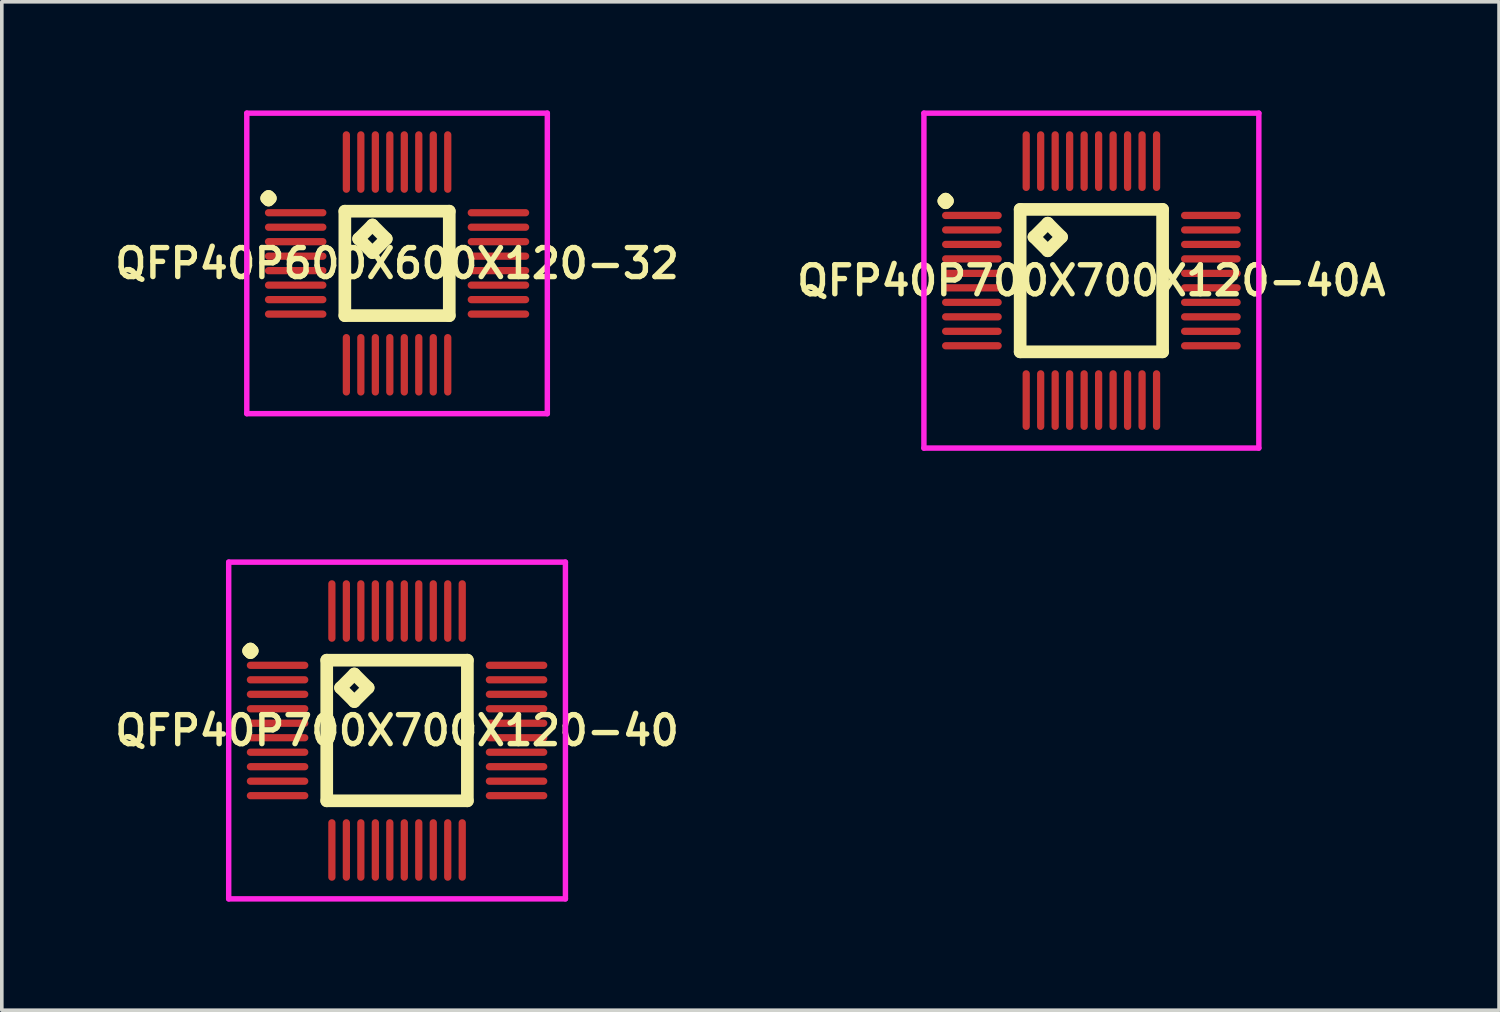
<source format=kicad_pcb>
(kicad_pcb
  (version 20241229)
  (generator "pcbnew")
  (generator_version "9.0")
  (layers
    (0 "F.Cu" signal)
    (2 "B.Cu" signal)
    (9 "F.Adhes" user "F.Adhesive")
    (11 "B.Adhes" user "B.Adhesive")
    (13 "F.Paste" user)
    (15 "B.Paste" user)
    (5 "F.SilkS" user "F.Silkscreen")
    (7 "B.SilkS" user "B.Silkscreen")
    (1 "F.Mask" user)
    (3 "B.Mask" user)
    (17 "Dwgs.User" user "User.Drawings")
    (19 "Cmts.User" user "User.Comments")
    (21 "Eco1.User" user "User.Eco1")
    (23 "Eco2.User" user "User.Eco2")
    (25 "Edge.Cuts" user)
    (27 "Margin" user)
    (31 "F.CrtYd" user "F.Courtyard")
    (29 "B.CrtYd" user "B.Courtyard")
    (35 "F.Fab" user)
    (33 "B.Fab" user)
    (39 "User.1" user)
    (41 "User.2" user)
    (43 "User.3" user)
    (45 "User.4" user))
  (footprint "QFP40P700X700X120-40"
    (layer "F.Cu")
    (at 7.916 17.125)
    (property "Reference" "QFP40P700X700X120-40" (at 0 0 0) (layer "F.SilkS") (effects (font (size 0.8 0.8) (thickness 0.15))))
    (attr smd)
    (fp_line (start -4.1 -2.2) (end -4.05 -2.25) (stroke (width 0.35) (type solid)) (layer "F.SilkS"))
    (fp_line (start -4.05 -2.25) (end -4 -2.2) (stroke (width 0.35) (type solid)) (layer "F.SilkS"))
    (fp_line (start -4.05 -2.15) (end -4.1 -2.2) (stroke (width 0.35) (type solid)) (layer "F.SilkS"))
    (fp_line (start -4 -2.2) (end -4.05 -2.15) (stroke (width 0.35) (type solid)) (layer "F.SilkS"))
    (fp_line (start -1.942 -1.942) (end -1.942 1.942) (stroke (width 0.35) (type solid)) (layer "F.SilkS"))
    (fp_line (start -1.942 1.942) (end 1.942 1.942) (stroke (width 0.35) (type solid)) (layer "F.SilkS"))
    (fp_line (start -1.561 -1.18) (end -1.18 -1.561) (stroke (width 0.35) (type solid)) (layer "F.SilkS"))
    (fp_line (start -1.18 -1.561) (end -0.799 -1.18) (stroke (width 0.35) (type solid)) (layer "F.SilkS"))
    (fp_line (start -1.18 -0.799) (end -1.561 -1.18) (stroke (width 0.35) (type solid)) (layer "F.SilkS"))
    (fp_line (start -0.799 -1.18) (end -1.18 -0.799) (stroke (width 0.35) (type solid)) (layer "F.SilkS"))
    (fp_line (start 1.942 -1.942) (end -1.942 -1.942) (stroke (width 0.35) (type solid)) (layer "F.SilkS"))
    (fp_line (start 1.942 1.942) (end 1.942 -1.942) (stroke (width 0.35) (type solid)) (layer "F.SilkS"))
    (fp_line (start -4.65 -4.65) (end 4.65 -4.65) (stroke (width 0.15) (type solid)) (layer "F.CrtYd"))
    (fp_line (start -4.65 4.65) (end -4.65 -4.65) (stroke (width 0.15) (type solid)) (layer "F.CrtYd"))
    (fp_line (start 4.65 -4.65) (end 4.65 4.65) (stroke (width 0.15) (type solid)) (layer "F.CrtYd"))
    (fp_line (start 4.65 4.65) (end -4.65 4.65) (stroke (width 0.15) (type solid)) (layer "F.CrtYd"))
    (pad "1" smd oval (at -3.3 -1.8) (size 1.7 0.2) (layers "F.Cu" "F.Mask" "F.Paste"))
    (pad "2" smd oval (at -3.3 -1.4) (size 1.7 0.2) (layers "F.Cu" "F.Mask" "F.Paste"))
    (pad "3" smd oval (at -3.3 -1) (size 1.7 0.2) (layers "F.Cu" "F.Mask" "F.Paste"))
    (pad "4" smd oval (at -3.3 -0.6) (size 1.7 0.2) (layers "F.Cu" "F.Mask" "F.Paste"))
    (pad "5" smd oval (at -3.3 -0.2) (size 1.7 0.2) (layers "F.Cu" "F.Mask" "F.Paste"))
    (pad "6" smd oval (at -3.3 0.2) (size 1.7 0.2) (layers "F.Cu" "F.Mask" "F.Paste"))
    (pad "7" smd oval (at -3.3 0.6) (size 1.7 0.2) (layers "F.Cu" "F.Mask" "F.Paste"))
    (pad "8" smd oval (at -3.3 1) (size 1.7 0.2) (layers "F.Cu" "F.Mask" "F.Paste"))
    (pad "9" smd oval (at -3.3 1.4) (size 1.7 0.2) (layers "F.Cu" "F.Mask" "F.Paste"))
    (pad "10" smd oval (at -3.3 1.8) (size 1.7 0.2) (layers "F.Cu" "F.Mask" "F.Paste"))
    (pad "11" smd oval (at -1.8 3.3) (size 0.2 1.7) (layers "F.Cu" "F.Mask" "F.Paste"))
    (pad "12" smd oval (at -1.4 3.3) (size 0.2 1.7) (layers "F.Cu" "F.Mask" "F.Paste"))
    (pad "13" smd oval (at -1 3.3) (size 0.2 1.7) (layers "F.Cu" "F.Mask" "F.Paste"))
    (pad "14" smd oval (at -0.6 3.3) (size 0.2 1.7) (layers "F.Cu" "F.Mask" "F.Paste"))
    (pad "15" smd oval (at -0.2 3.3) (size 0.2 1.7) (layers "F.Cu" "F.Mask" "F.Paste"))
    (pad "16" smd oval (at 0.2 3.3) (size 0.2 1.7) (layers "F.Cu" "F.Mask" "F.Paste"))
    (pad "17" smd oval (at 0.6 3.3) (size 0.2 1.7) (layers "F.Cu" "F.Mask" "F.Paste"))
    (pad "18" smd oval (at 1 3.3) (size 0.2 1.7) (layers "F.Cu" "F.Mask" "F.Paste"))
    (pad "19" smd oval (at 1.4 3.3) (size 0.2 1.7) (layers "F.Cu" "F.Mask" "F.Paste"))
    (pad "20" smd oval (at 1.8 3.3) (size 0.2 1.7) (layers "F.Cu" "F.Mask" "F.Paste"))
    (pad "21" smd oval (at 3.3 1.8) (size 1.7 0.2) (layers "F.Cu" "F.Mask" "F.Paste"))
    (pad "22" smd oval (at 3.3 1.4) (size 1.7 0.2) (layers "F.Cu" "F.Mask" "F.Paste"))
    (pad "23" smd oval (at 3.3 1) (size 1.7 0.2) (layers "F.Cu" "F.Mask" "F.Paste"))
    (pad "24" smd oval (at 3.3 0.6) (size 1.7 0.2) (layers "F.Cu" "F.Mask" "F.Paste"))
    (pad "25" smd oval (at 3.3 0.2) (size 1.7 0.2) (layers "F.Cu" "F.Mask" "F.Paste"))
    (pad "26" smd oval (at 3.3 -0.2) (size 1.7 0.2) (layers "F.Cu" "F.Mask" "F.Paste"))
    (pad "27" smd oval (at 3.3 -0.6) (size 1.7 0.2) (layers "F.Cu" "F.Mask" "F.Paste"))
    (pad "28" smd oval (at 3.3 -1) (size 1.7 0.2) (layers "F.Cu" "F.Mask" "F.Paste"))
    (pad "29" smd oval (at 3.3 -1.4) (size 1.7 0.2) (layers "F.Cu" "F.Mask" "F.Paste"))
    (pad "30" smd oval (at 3.3 -1.8) (size 1.7 0.2) (layers "F.Cu" "F.Mask" "F.Paste"))
    (pad "31" smd oval (at 1.8 -3.3) (size 0.2 1.7) (layers "F.Cu" "F.Mask" "F.Paste"))
    (pad "32" smd oval (at 1.4 -3.3) (size 0.2 1.7) (layers "F.Cu" "F.Mask" "F.Paste"))
    (pad "33" smd oval (at 1 -3.3) (size 0.2 1.7) (layers "F.Cu" "F.Mask" "F.Paste"))
    (pad "34" smd oval (at 0.6 -3.3) (size 0.2 1.7) (layers "F.Cu" "F.Mask" "F.Paste"))
    (pad "35" smd oval (at 0.2 -3.3) (size 0.2 1.7) (layers "F.Cu" "F.Mask" "F.Paste"))
    (pad "36" smd oval (at -0.2 -3.3) (size 0.2 1.7) (layers "F.Cu" "F.Mask" "F.Paste"))
    (pad "37" smd oval (at -0.6 -3.3) (size 0.2 1.7) (layers "F.Cu" "F.Mask" "F.Paste"))
    (pad "38" smd oval (at -1 -3.3) (size 0.2 1.7) (layers "F.Cu" "F.Mask" "F.Paste"))
    (pad "39" smd oval (at -1.4 -3.3) (size 0.2 1.7) (layers "F.Cu" "F.Mask" "F.Paste"))
    (pad "40" smd oval (at -1.8 -3.3) (size 0.2 1.7) (layers "F.Cu" "F.Mask" "F.Paste")))
  (footprint "QFP40P600X600X120-32"
    (layer "F.Cu")
    (at 7.916 4.225)
    (property "Reference" "QFP40P600X600X120-32" (at 0 0 0) (layer "F.SilkS") (effects (font (size 0.8 0.8) (thickness 0.15))))
    (attr smd)
    (fp_line (start -3.6 -1.8) (end -3.55 -1.85) (stroke (width 0.35) (type solid)) (layer "F.SilkS"))
    (fp_line (start -3.55 -1.85) (end -3.5 -1.8) (stroke (width 0.35) (type solid)) (layer "F.SilkS"))
    (fp_line (start -3.55 -1.75) (end -3.6 -1.8) (stroke (width 0.35) (type solid)) (layer "F.SilkS"))
    (fp_line (start -3.5 -1.8) (end -3.55 -1.75) (stroke (width 0.35) (type solid)) (layer "F.SilkS"))
    (fp_line (start -1.442 -1.442) (end -1.442 1.442) (stroke (width 0.35) (type solid)) (layer "F.SilkS"))
    (fp_line (start -1.442 1.442) (end 1.442 1.442) (stroke (width 0.35) (type solid)) (layer "F.SilkS"))
    (fp_line (start -1.061 -0.68) (end -0.68 -1.061) (stroke (width 0.35) (type solid)) (layer "F.SilkS"))
    (fp_line (start -0.68 -1.061) (end -0.299 -0.68) (stroke (width 0.35) (type solid)) (layer "F.SilkS"))
    (fp_line (start -0.68 -0.299) (end -1.061 -0.68) (stroke (width 0.35) (type solid)) (layer "F.SilkS"))
    (fp_line (start -0.299 -0.68) (end -0.68 -0.299) (stroke (width 0.35) (type solid)) (layer "F.SilkS"))
    (fp_line (start 1.442 -1.442) (end -1.442 -1.442) (stroke (width 0.35) (type solid)) (layer "F.SilkS"))
    (fp_line (start 1.442 1.442) (end 1.442 -1.442) (stroke (width 0.35) (type solid)) (layer "F.SilkS"))
    (fp_line (start -4.15 -4.15) (end 4.15 -4.15) (stroke (width 0.15) (type solid)) (layer "F.CrtYd"))
    (fp_line (start -4.15 4.15) (end -4.15 -4.15) (stroke (width 0.15) (type solid)) (layer "F.CrtYd"))
    (fp_line (start 4.15 -4.15) (end 4.15 4.15) (stroke (width 0.15) (type solid)) (layer "F.CrtYd"))
    (fp_line (start 4.15 4.15) (end -4.15 4.15) (stroke (width 0.15) (type solid)) (layer "F.CrtYd"))
    (pad "1" smd oval (at -2.8 -1.4) (size 1.7 0.2) (layers "F.Cu" "F.Mask" "F.Paste"))
    (pad "2" smd oval (at -2.8 -1) (size 1.7 0.2) (layers "F.Cu" "F.Mask" "F.Paste"))
    (pad "3" smd oval (at -2.8 -0.6) (size 1.7 0.2) (layers "F.Cu" "F.Mask" "F.Paste"))
    (pad "4" smd oval (at -2.8 -0.2) (size 1.7 0.2) (layers "F.Cu" "F.Mask" "F.Paste"))
    (pad "5" smd oval (at -2.8 0.2) (size 1.7 0.2) (layers "F.Cu" "F.Mask" "F.Paste"))
    (pad "6" smd oval (at -2.8 0.6) (size 1.7 0.2) (layers "F.Cu" "F.Mask" "F.Paste"))
    (pad "7" smd oval (at -2.8 1) (size 1.7 0.2) (layers "F.Cu" "F.Mask" "F.Paste"))
    (pad "8" smd oval (at -2.8 1.4) (size 1.7 0.2) (layers "F.Cu" "F.Mask" "F.Paste"))
    (pad "9" smd oval (at -1.4 2.8) (size 0.2 1.7) (layers "F.Cu" "F.Mask" "F.Paste"))
    (pad "10" smd oval (at -1 2.8) (size 0.2 1.7) (layers "F.Cu" "F.Mask" "F.Paste"))
    (pad "11" smd oval (at -0.6 2.8) (size 0.2 1.7) (layers "F.Cu" "F.Mask" "F.Paste"))
    (pad "12" smd oval (at -0.2 2.8) (size 0.2 1.7) (layers "F.Cu" "F.Mask" "F.Paste"))
    (pad "13" smd oval (at 0.2 2.8) (size 0.2 1.7) (layers "F.Cu" "F.Mask" "F.Paste"))
    (pad "14" smd oval (at 0.6 2.8) (size 0.2 1.7) (layers "F.Cu" "F.Mask" "F.Paste"))
    (pad "15" smd oval (at 1 2.8) (size 0.2 1.7) (layers "F.Cu" "F.Mask" "F.Paste"))
    (pad "16" smd oval (at 1.4 2.8) (size 0.2 1.7) (layers "F.Cu" "F.Mask" "F.Paste"))
    (pad "17" smd oval (at 2.8 1.4) (size 1.7 0.2) (layers "F.Cu" "F.Mask" "F.Paste"))
    (pad "18" smd oval (at 2.8 1) (size 1.7 0.2) (layers "F.Cu" "F.Mask" "F.Paste"))
    (pad "19" smd oval (at 2.8 0.6) (size 1.7 0.2) (layers "F.Cu" "F.Mask" "F.Paste"))
    (pad "20" smd oval (at 2.8 0.2) (size 1.7 0.2) (layers "F.Cu" "F.Mask" "F.Paste"))
    (pad "21" smd oval (at 2.8 -0.2) (size 1.7 0.2) (layers "F.Cu" "F.Mask" "F.Paste"))
    (pad "22" smd oval (at 2.8 -0.6) (size 1.7 0.2) (layers "F.Cu" "F.Mask" "F.Paste"))
    (pad "23" smd oval (at 2.8 -1) (size 1.7 0.2) (layers "F.Cu" "F.Mask" "F.Paste"))
    (pad "24" smd oval (at 2.8 -1.4) (size 1.7 0.2) (layers "F.Cu" "F.Mask" "F.Paste"))
    (pad "25" smd oval (at 1.4 -2.8) (size 0.2 1.7) (layers "F.Cu" "F.Mask" "F.Paste"))
    (pad "26" smd oval (at 1 -2.8) (size 0.2 1.7) (layers "F.Cu" "F.Mask" "F.Paste"))
    (pad "27" smd oval (at 0.6 -2.8) (size 0.2 1.7) (layers "F.Cu" "F.Mask" "F.Paste"))
    (pad "28" smd oval (at 0.2 -2.8) (size 0.2 1.7) (layers "F.Cu" "F.Mask" "F.Paste"))
    (pad "29" smd oval (at -0.2 -2.8) (size 0.2 1.7) (layers "F.Cu" "F.Mask" "F.Paste"))
    (pad "30" smd oval (at -0.6 -2.8) (size 0.2 1.7) (layers "F.Cu" "F.Mask" "F.Paste"))
    (pad "31" smd oval (at -1 -2.8) (size 0.2 1.7) (layers "F.Cu" "F.Mask" "F.Paste"))
    (pad "32" smd oval (at -1.4 -2.8) (size 0.2 1.7) (layers "F.Cu" "F.Mask" "F.Paste")))
  (footprint "QFP40P700X700X120-40A"
    (layer "F.Cu")
    (at 27.092 4.7)
    (property "Reference" "QFP40P700X700X120-40A" (at 0 0 0) (layer "F.SilkS") (effects (font (size 0.8 0.8) (thickness 0.15))))
    (attr through_hole)
    (fp_line (start -4.075 -2.2) (end -4.025 -2.25) (stroke (width 0.35) (type solid)) (layer "F.SilkS"))
    (fp_line (start -4.025 -2.25) (end -3.975 -2.2) (stroke (width 0.35) (type solid)) (layer "F.SilkS"))
    (fp_line (start -4.025 -2.15) (end -4.075 -2.2) (stroke (width 0.35) (type solid)) (layer "F.SilkS"))
    (fp_line (start -3.975 -2.2) (end -4.025 -2.15) (stroke (width 0.35) (type solid)) (layer "F.SilkS"))
    (fp_line (start -1.967 -1.967) (end -1.967 1.967) (stroke (width 0.35) (type solid)) (layer "F.SilkS"))
    (fp_line (start -1.967 1.967) (end 1.967 1.967) (stroke (width 0.35) (type solid)) (layer "F.SilkS"))
    (fp_line (start -1.586 -1.205) (end -1.205 -1.586) (stroke (width 0.35) (type solid)) (layer "F.SilkS"))
    (fp_line (start -1.205 -1.586) (end -0.824 -1.205) (stroke (width 0.35) (type solid)) (layer "F.SilkS"))
    (fp_line (start -1.205 -0.824) (end -1.586 -1.205) (stroke (width 0.35) (type solid)) (layer "F.SilkS"))
    (fp_line (start -0.824 -1.205) (end -1.205 -0.824) (stroke (width 0.35) (type solid)) (layer "F.SilkS"))
    (fp_line (start 1.967 -1.967) (end -1.967 -1.967) (stroke (width 0.35) (type solid)) (layer "F.SilkS"))
    (fp_line (start 1.967 1.967) (end 1.967 -1.967) (stroke (width 0.35) (type solid)) (layer "F.SilkS"))
    (fp_line (start -4.625 -4.625) (end 4.625 -4.625) (stroke (width 0.15) (type solid)) (layer "F.CrtYd"))
    (fp_line (start -4.625 4.625) (end -4.625 -4.625) (stroke (width 0.15) (type solid)) (layer "F.CrtYd"))
    (fp_line (start 4.625 -4.625) (end 4.625 4.625) (stroke (width 0.15) (type solid)) (layer "F.CrtYd"))
    (fp_line (start 4.625 4.625) (end -4.625 4.625) (stroke (width 0.15) (type solid)) (layer "F.CrtYd"))
    (pad "1" smd oval (at -3.3 -1.8) (size 1.65 0.2) (layers "F.Cu" "F.Mask" "F.Paste"))
    (pad "2" smd oval (at -3.3 -1.4) (size 1.65 0.2) (layers "F.Cu" "F.Mask" "F.Paste"))
    (pad "3" smd oval (at -3.3 -1) (size 1.65 0.2) (layers "F.Cu" "F.Mask" "F.Paste"))
    (pad "4" smd oval (at -3.3 -0.6) (size 1.65 0.2) (layers "F.Cu" "F.Mask" "F.Paste"))
    (pad "5" smd oval (at -3.3 -0.2) (size 1.65 0.2) (layers "F.Cu" "F.Mask" "F.Paste"))
    (pad "6" smd oval (at -3.3 0.2) (size 1.65 0.2) (layers "F.Cu" "F.Mask" "F.Paste"))
    (pad "7" smd oval (at -3.3 0.6) (size 1.65 0.2) (layers "F.Cu" "F.Mask" "F.Paste"))
    (pad "8" smd oval (at -3.3 1) (size 1.65 0.2) (layers "F.Cu" "F.Mask" "F.Paste"))
    (pad "9" smd oval (at -3.3 1.4) (size 1.65 0.2) (layers "F.Cu" "F.Mask" "F.Paste"))
    (pad "10" smd oval (at -3.3 1.8) (size 1.65 0.2) (layers "F.Cu" "F.Mask" "F.Paste"))
    (pad "11" smd oval (at -1.8 3.3) (size 0.2 1.65) (layers "F.Cu" "F.Mask" "F.Paste"))
    (pad "12" smd oval (at -1.4 3.3) (size 0.2 1.65) (layers "F.Cu" "F.Mask" "F.Paste"))
    (pad "13" smd oval (at -1 3.3) (size 0.2 1.65) (layers "F.Cu" "F.Mask" "F.Paste"))
    (pad "14" smd oval (at -0.6 3.3) (size 0.2 1.65) (layers "F.Cu" "F.Mask" "F.Paste"))
    (pad "15" smd oval (at -0.2 3.3) (size 0.2 1.65) (layers "F.Cu" "F.Mask" "F.Paste"))
    (pad "16" smd oval (at 0.2 3.3) (size 0.2 1.65) (layers "F.Cu" "F.Mask" "F.Paste"))
    (pad "17" smd oval (at 0.6 3.3) (size 0.2 1.65) (layers "F.Cu" "F.Mask" "F.Paste"))
    (pad "18" smd oval (at 1 3.3) (size 0.2 1.65) (layers "F.Cu" "F.Mask" "F.Paste"))
    (pad "19" smd oval (at 1.4 3.3) (size 0.2 1.65) (layers "F.Cu" "F.Mask" "F.Paste"))
    (pad "20" smd oval (at 1.8 3.3) (size 0.2 1.65) (layers "F.Cu" "F.Mask" "F.Paste"))
    (pad "21" smd oval (at 3.3 1.8) (size 1.65 0.2) (layers "F.Cu" "F.Mask" "F.Paste"))
    (pad "22" smd oval (at 3.3 1.4) (size 1.65 0.2) (layers "F.Cu" "F.Mask" "F.Paste"))
    (pad "23" smd oval (at 3.3 1) (size 1.65 0.2) (layers "F.Cu" "F.Mask" "F.Paste"))
    (pad "24" smd oval (at 3.3 0.6) (size 1.65 0.2) (layers "F.Cu" "F.Mask" "F.Paste"))
    (pad "25" smd oval (at 3.3 0.2) (size 1.65 0.2) (layers "F.Cu" "F.Mask" "F.Paste"))
    (pad "26" smd oval (at 3.3 -0.2) (size 1.65 0.2) (layers "F.Cu" "F.Mask" "F.Paste"))
    (pad "27" smd oval (at 3.3 -0.6) (size 1.65 0.2) (layers "F.Cu" "F.Mask" "F.Paste"))
    (pad "28" smd oval (at 3.3 -1) (size 1.65 0.2) (layers "F.Cu" "F.Mask" "F.Paste"))
    (pad "29" smd oval (at 3.3 -1.4) (size 1.65 0.2) (layers "F.Cu" "F.Mask" "F.Paste"))
    (pad "30" smd oval (at 3.3 -1.8) (size 1.65 0.2) (layers "F.Cu" "F.Mask" "F.Paste"))
    (pad "31" smd oval (at 1.8 -3.3) (size 0.2 1.65) (layers "F.Cu" "F.Mask" "F.Paste"))
    (pad "32" smd oval (at 1.4 -3.3) (size 0.2 1.65) (layers "F.Cu" "F.Mask" "F.Paste"))
    (pad "33" smd oval (at 1 -3.3) (size 0.2 1.65) (layers "F.Cu" "F.Mask" "F.Paste"))
    (pad "34" smd oval (at 0.6 -3.3) (size 0.2 1.65) (layers "F.Cu" "F.Mask" "F.Paste"))
    (pad "35" smd oval (at 0.2 -3.3) (size 0.2 1.65) (layers "F.Cu" "F.Mask" "F.Paste"))
    (pad "36" smd oval (at -0.2 -3.3) (size 0.2 1.65) (layers "F.Cu" "F.Mask" "F.Paste"))
    (pad "37" smd oval (at -0.6 -3.3) (size 0.2 1.65) (layers "F.Cu" "F.Mask" "F.Paste"))
    (pad "38" smd oval (at -1 -3.3) (size 0.2 1.65) (layers "F.Cu" "F.Mask" "F.Paste"))
    (pad "39" smd oval (at -1.4 -3.3) (size 0.2 1.65) (layers "F.Cu" "F.Mask" "F.Paste"))
    (pad "40" smd oval (at -1.8 -3.3) (size 0.2 1.65) (layers "F.Cu" "F.Mask" "F.Paste")))
  (gr_rect
    (start -3 -3)
    (end 38.351 24.85)
    (stroke (width 0.1) (type default))
    (fill no)
    (layer "Edge.Cuts")))
</source>
